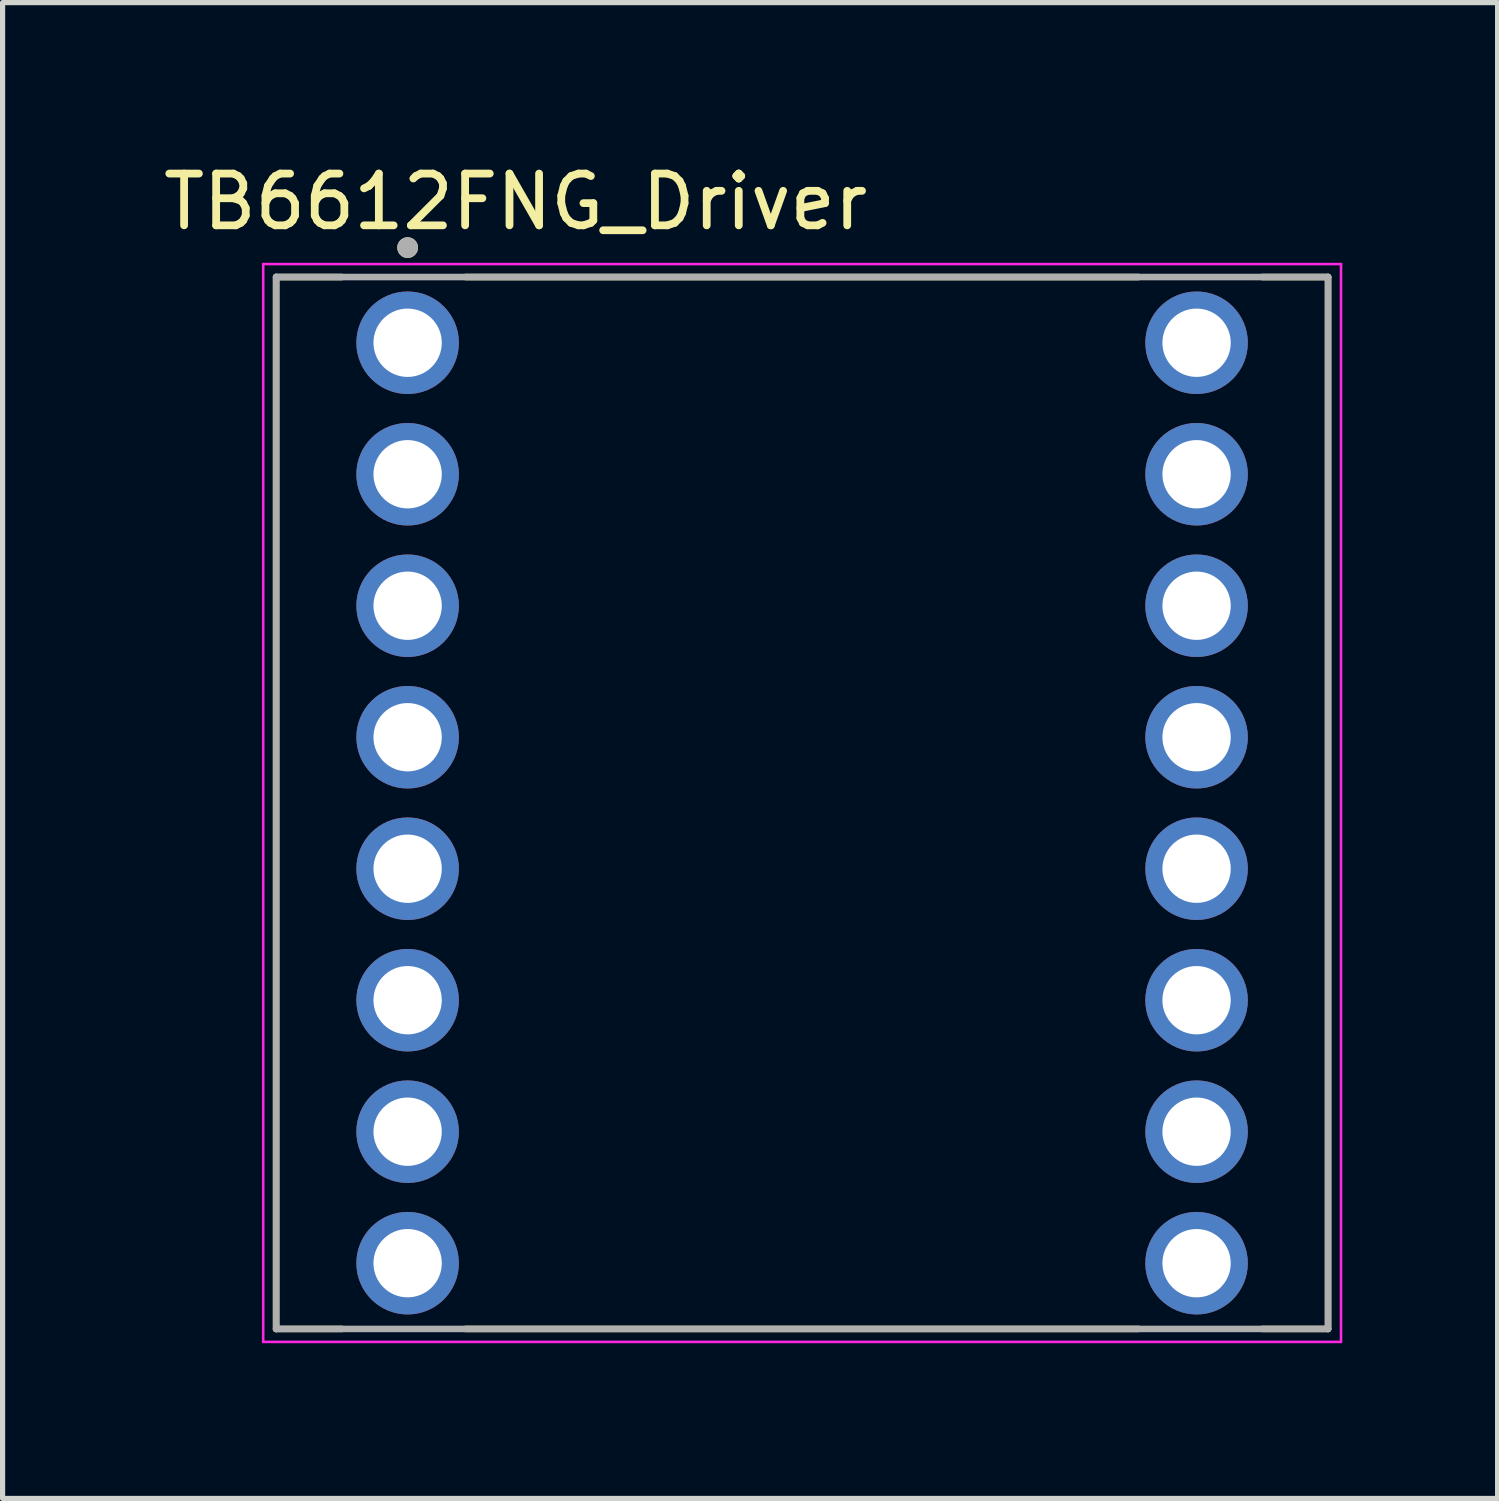
<source format=kicad_pcb>
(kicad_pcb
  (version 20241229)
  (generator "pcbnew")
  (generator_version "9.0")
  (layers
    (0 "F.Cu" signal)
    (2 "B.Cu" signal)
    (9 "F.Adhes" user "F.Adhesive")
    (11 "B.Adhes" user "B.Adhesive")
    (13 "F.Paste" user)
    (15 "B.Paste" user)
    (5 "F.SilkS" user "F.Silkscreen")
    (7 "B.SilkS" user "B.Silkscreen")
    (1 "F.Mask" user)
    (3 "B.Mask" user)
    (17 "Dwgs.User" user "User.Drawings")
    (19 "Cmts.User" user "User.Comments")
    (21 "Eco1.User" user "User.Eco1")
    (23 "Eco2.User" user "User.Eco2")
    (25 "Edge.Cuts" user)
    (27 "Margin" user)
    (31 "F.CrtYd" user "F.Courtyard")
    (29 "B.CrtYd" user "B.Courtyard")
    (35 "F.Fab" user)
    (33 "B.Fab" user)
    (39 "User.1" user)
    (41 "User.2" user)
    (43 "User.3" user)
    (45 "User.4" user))
  (footprint "TB6612FNG_Driver"
    (layer "F.Cu")
    (at 12.444 12.461)
    (property "Reference" "TB6612FNG_Driver" (at -5.533 -11.613 0) (layer "F.SilkS") (effects (font (size 1 1) (thickness 0.15))))
    (attr through_hole)
    (fp_line (start -10.16 -10.16) (end -10.16 10.16) (stroke (width 0.127) (type solid)) (layer "F.SilkS"))
    (fp_line (start -8.89 -10.16) (end -10.16 -10.16) (stroke (width 0.127) (type solid)) (layer "F.SilkS"))
    (fp_line (start -8.89 10.16) (end -10.16 10.16) (stroke (width 0.127) (type solid)) (layer "F.SilkS"))
    (fp_line (start -6.5 -10.16) (end 6.5 -10.16) (stroke (width 0.127) (type solid)) (layer "F.SilkS"))
    (fp_line (start -6.5 10.16) (end 6.5 10.16) (stroke (width 0.127) (type solid)) (layer "F.SilkS"))
    (fp_line (start 8.89 -10.16) (end 10.16 -10.16) (stroke (width 0.127) (type solid)) (layer "F.SilkS"))
    (fp_line (start 8.89 10.16) (end 10.16 10.16) (stroke (width 0.127) (type solid)) (layer "F.SilkS"))
    (fp_line (start 10.16 10.16) (end 10.16 -10.16) (stroke (width 0.127) (type solid)) (layer "F.SilkS"))
    (fp_circle (center -7.62 -10.728) (end -7.52 -10.728) (stroke (width 0.2) (type solid)) (fill no) (layer "F.SilkS"))
    (fp_line (start -10.41 -10.41) (end -10.41 10.41) (stroke (width 0.05) (type solid)) (layer "F.CrtYd"))
    (fp_line (start -10.41 10.41) (end 10.41 10.41) (stroke (width 0.05) (type solid)) (layer "F.CrtYd"))
    (fp_line (start 10.41 -10.41) (end -10.41 -10.41) (stroke (width 0.05) (type solid)) (layer "F.CrtYd"))
    (fp_line (start 10.41 10.41) (end 10.41 -10.41) (stroke (width 0.05) (type solid)) (layer "F.CrtYd"))
    (fp_line (start -10.16 -10.16) (end -10.16 10.16) (stroke (width 0.127) (type solid)) (layer "F.Fab"))
    (fp_line (start -10.16 10.16) (end 10.16 10.16) (stroke (width 0.127) (type solid)) (layer "F.Fab"))
    (fp_line (start 10.16 -10.16) (end -10.16 -10.16) (stroke (width 0.127) (type solid)) (layer "F.Fab"))
    (fp_line (start 10.16 10.16) (end 10.16 -10.16) (stroke (width 0.127) (type solid)) (layer "F.Fab"))
    (fp_circle (center -7.62 -10.728) (end -7.52 -10.728) (stroke (width 0.2) (type solid)) (fill no) (layer "F.Fab"))
    (pad "1" thru_hole circle (at -7.62 -8.89) (size 1.98 1.98) (drill 1.32) (layers "*.Cu" "*.Mask"))
    (pad "2" thru_hole circle (at -7.62 -6.35) (size 1.98 1.98) (drill 1.32) (layers "*.Cu" "*.Mask"))
    (pad "3" thru_hole circle (at -7.62 -3.81) (size 1.98 1.98) (drill 1.32) (layers "*.Cu" "*.Mask"))
    (pad "4" thru_hole circle (at -7.62 -1.27) (size 1.98 1.98) (drill 1.32) (layers "*.Cu" "*.Mask"))
    (pad "5" thru_hole circle (at -7.62 1.27) (size 1.98 1.98) (drill 1.32) (layers "*.Cu" "*.Mask"))
    (pad "6" thru_hole circle (at -7.62 3.81) (size 1.98 1.98) (drill 1.32) (layers "*.Cu" "*.Mask"))
    (pad "7" thru_hole circle (at -7.62 6.35) (size 1.98 1.98) (drill 1.32) (layers "*.Cu" "*.Mask"))
    (pad "8" thru_hole circle (at -7.62 8.89) (size 1.98 1.98) (drill 1.32) (layers "*.Cu" "*.Mask"))
    (pad "9" thru_hole circle (at 7.62 8.89) (size 1.98 1.98) (drill 1.32) (layers "*.Cu" "*.Mask"))
    (pad "10" thru_hole circle (at 7.62 6.35) (size 1.98 1.98) (drill 1.32) (layers "*.Cu" "*.Mask"))
    (pad "11" thru_hole circle (at 7.62 3.81) (size 1.98 1.98) (drill 1.32) (layers "*.Cu" "*.Mask"))
    (pad "12" thru_hole circle (at 7.62 1.27) (size 1.98 1.98) (drill 1.32) (layers "*.Cu" "*.Mask"))
    (pad "13" thru_hole circle (at 7.62 -1.27) (size 1.98 1.98) (drill 1.32) (layers "*.Cu" "*.Mask"))
    (pad "14" thru_hole circle (at 7.62 -3.81) (size 1.98 1.98) (drill 1.32) (layers "*.Cu" "*.Mask"))
    (pad "15" thru_hole circle (at 7.62 -6.35) (size 1.98 1.98) (drill 1.32) (layers "*.Cu" "*.Mask"))
    (pad "16" thru_hole circle (at 7.62 -8.89) (size 1.98 1.98) (drill 1.32) (layers "*.Cu" "*.Mask")))
  (gr_rect
    (start -3 -3)
    (end 25.879 25.896)
    (stroke (width 0.1) (type default))
    (fill no)
    (layer "Edge.Cuts")))
</source>
